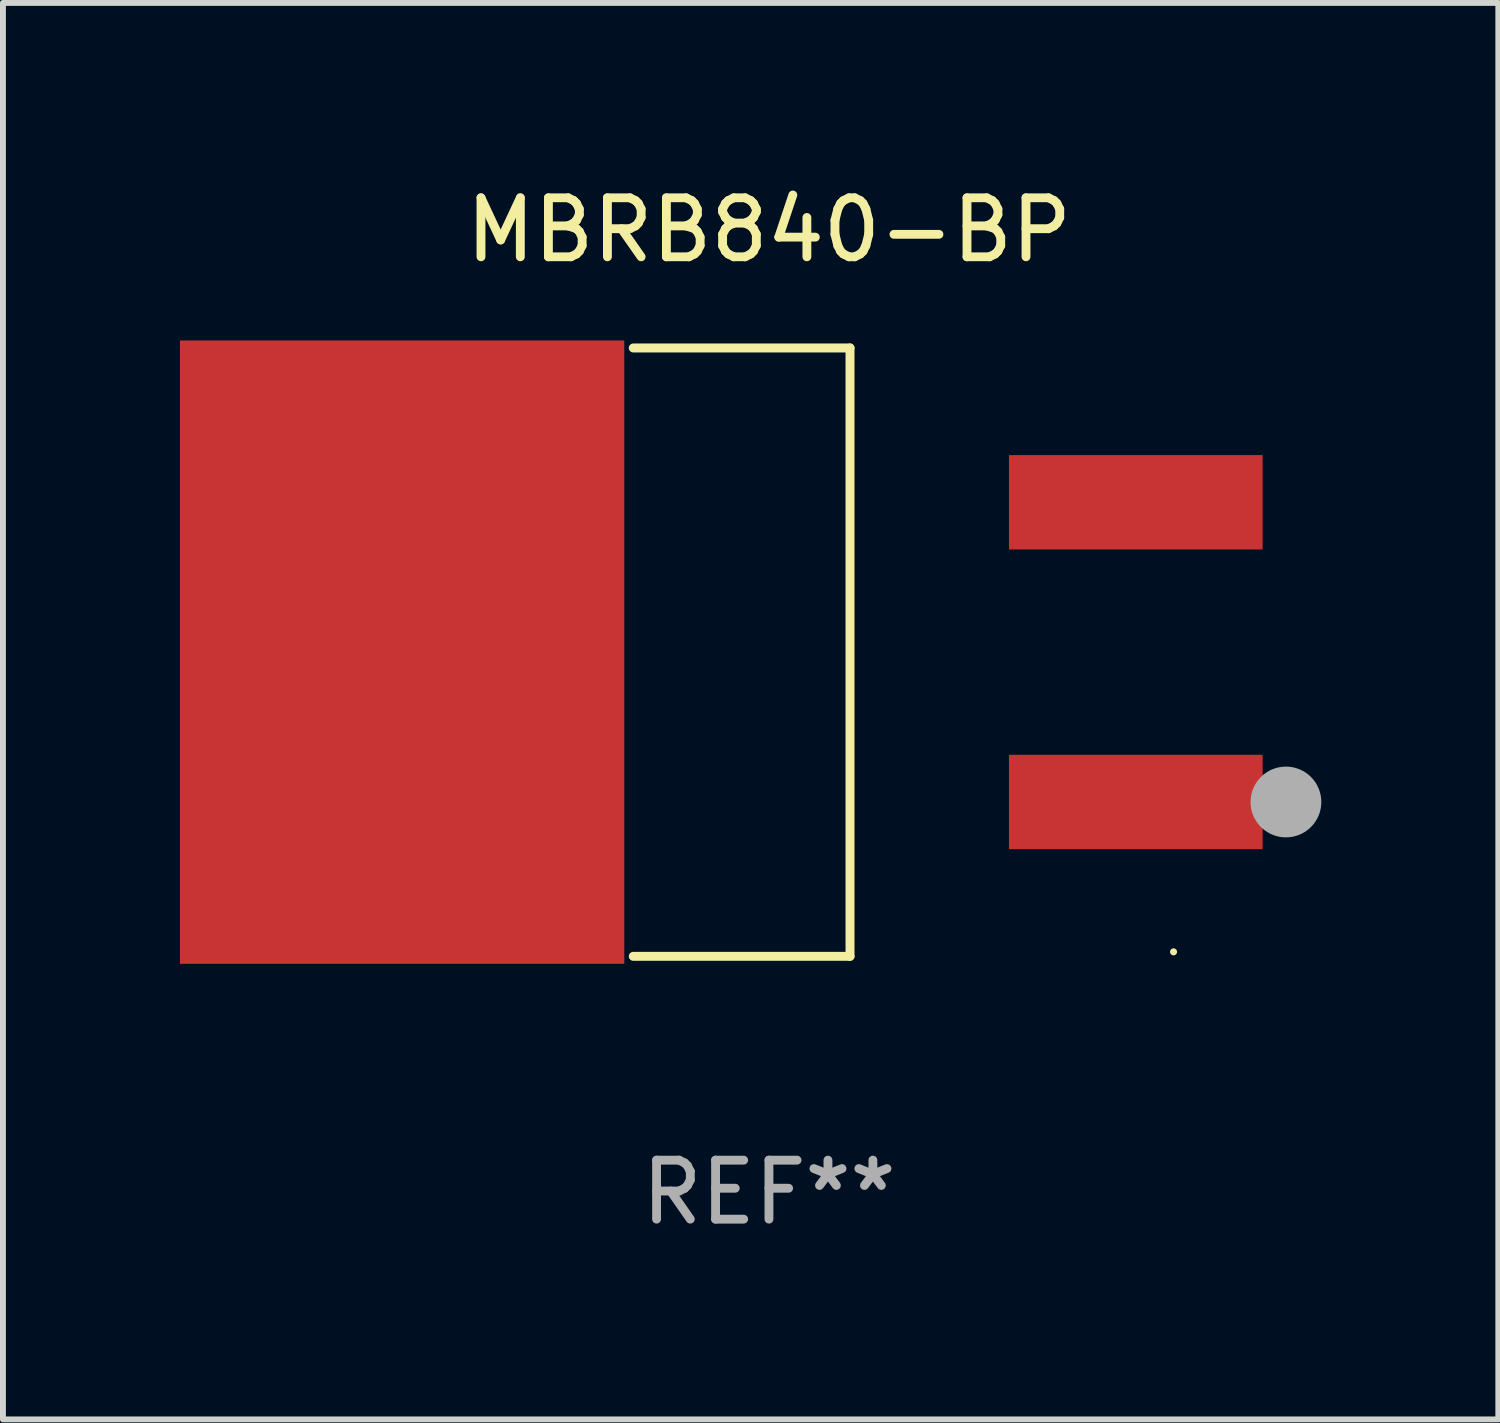
<source format=kicad_pcb>
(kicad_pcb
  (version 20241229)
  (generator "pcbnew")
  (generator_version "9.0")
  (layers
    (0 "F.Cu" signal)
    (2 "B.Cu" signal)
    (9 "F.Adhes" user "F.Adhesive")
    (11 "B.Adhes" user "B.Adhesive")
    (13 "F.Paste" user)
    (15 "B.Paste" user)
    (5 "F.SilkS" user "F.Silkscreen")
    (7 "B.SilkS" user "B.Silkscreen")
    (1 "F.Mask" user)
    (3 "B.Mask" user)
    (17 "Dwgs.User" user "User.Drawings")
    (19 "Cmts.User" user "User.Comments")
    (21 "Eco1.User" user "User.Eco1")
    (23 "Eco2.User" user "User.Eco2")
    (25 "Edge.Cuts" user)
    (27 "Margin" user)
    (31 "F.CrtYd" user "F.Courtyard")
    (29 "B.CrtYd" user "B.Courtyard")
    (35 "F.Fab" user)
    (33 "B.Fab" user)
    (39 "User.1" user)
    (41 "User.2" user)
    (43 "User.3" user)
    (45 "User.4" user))
  (footprint "MBRB840-BP"
    (layer "F.Cu")
    (at 9.984 8.004)
    (property "Reference" "MBRB840-BP" (at 0 -7.156 0) (layer "F.SilkS") (effects (font (size 1 1) (thickness 0.15))))
    (attr through_hole)
    (fp_line (start -2.3 -5.156) (end 1.374 -5.156) (stroke (width 0.152) (type solid)) (layer "F.SilkS"))
    (fp_line (start -2.3 5.156) (end 1.374 5.156) (stroke (width 0.152) (type solid)) (layer "F.SilkS"))
    (fp_line (start 1.374 5.156) (end 1.374 -5.156) (stroke (width 0.152) (type solid)) (layer "F.SilkS"))
    (fp_circle (center 6.858 5.08) (end 6.888 5.08) (stroke (width 0.06) (type solid)) (fill no) (layer "F.SilkS"))
    (fp_circle (center 8.763 2.54) (end 9.063 2.54) (stroke (width 0.6) (type solid)) (fill no) (layer "F.Fab"))
    (fp_text user "REF**" (at 0 9.156 0) (layer "F.Fab") (effects (font (size 1 1) (thickness 0.15))))
    (pad "1" smd rect (at 6.218 2.54 180) (size 4.3 1.6) (layers "F.Cu" "F.Mask" "F.Paste"))
    (pad "2" smd rect (at -6.218 0 180) (size 7.532 10.566) (layers "F.Cu" "F.Mask" "F.Paste"))
    (pad "3" smd rect (at 6.218 -2.54 180) (size 4.3 1.6) (layers "F.Cu" "F.Mask" "F.Paste")))
  (gr_rect
    (start -3 -3)
    (end 22.347 21.009)
    (stroke (width 0.1) (type default))
    (fill no)
    (layer "Edge.Cuts")))
</source>
